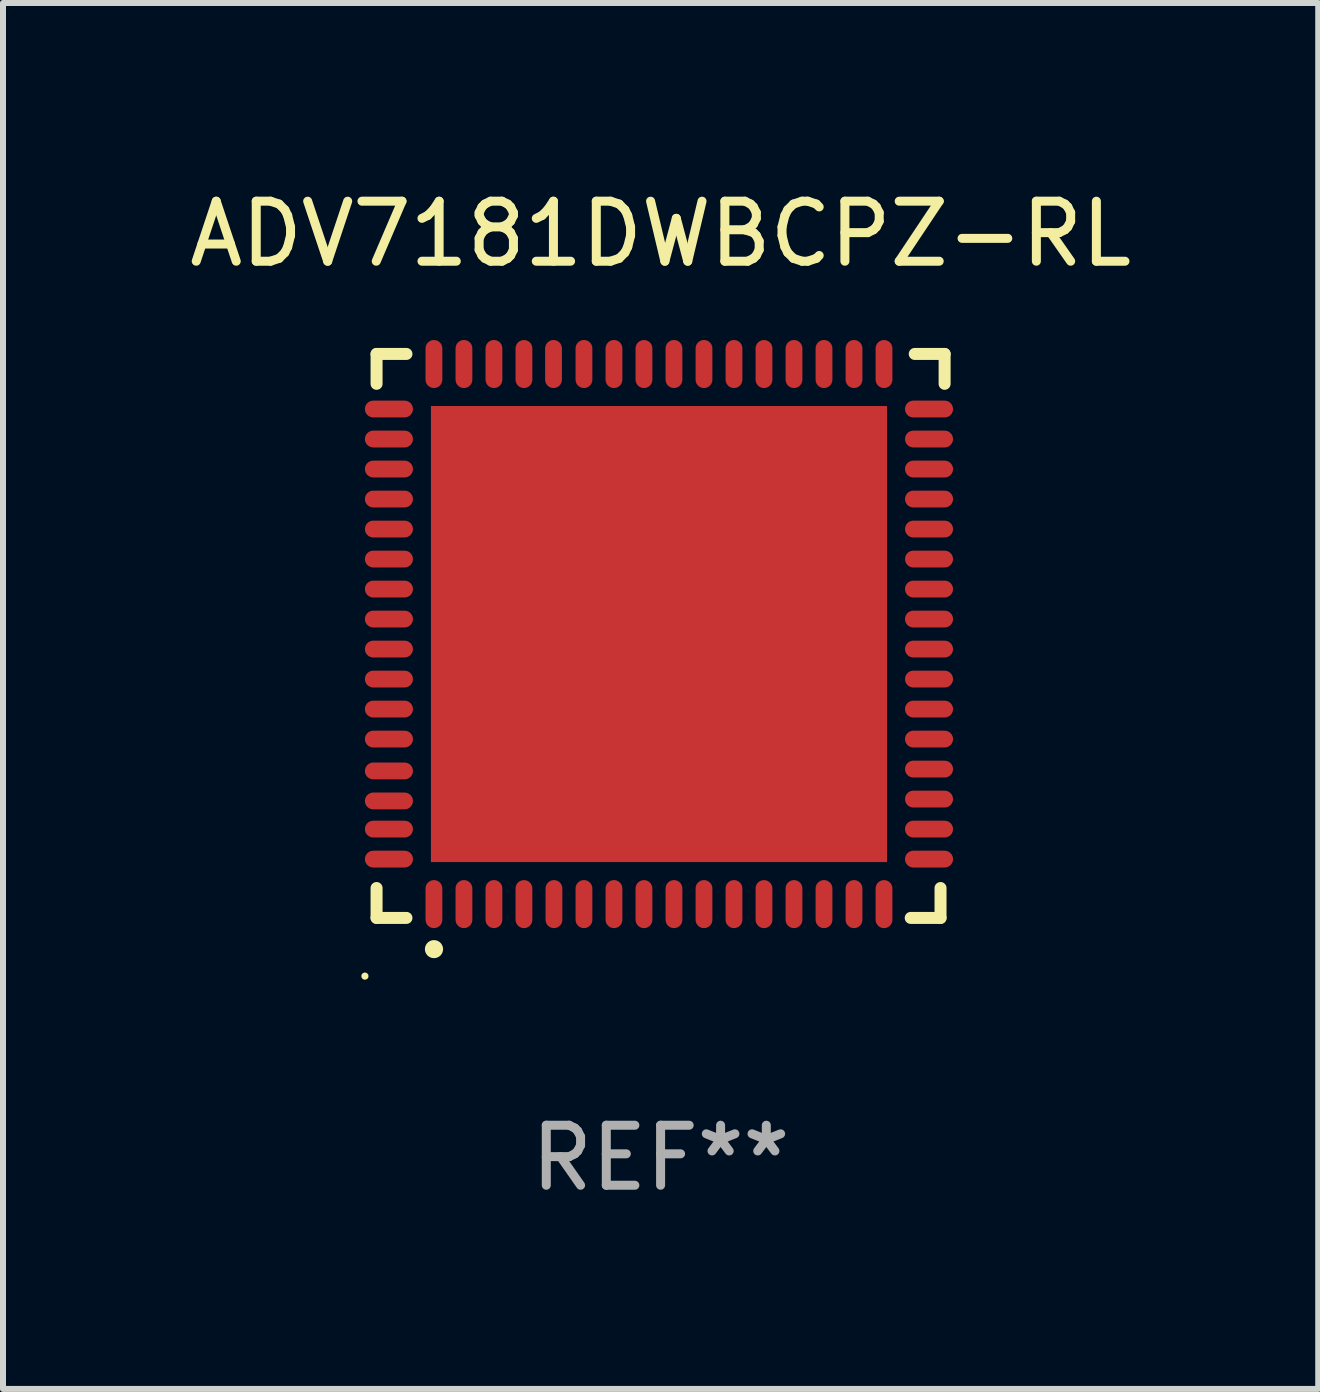
<source format=kicad_pcb>
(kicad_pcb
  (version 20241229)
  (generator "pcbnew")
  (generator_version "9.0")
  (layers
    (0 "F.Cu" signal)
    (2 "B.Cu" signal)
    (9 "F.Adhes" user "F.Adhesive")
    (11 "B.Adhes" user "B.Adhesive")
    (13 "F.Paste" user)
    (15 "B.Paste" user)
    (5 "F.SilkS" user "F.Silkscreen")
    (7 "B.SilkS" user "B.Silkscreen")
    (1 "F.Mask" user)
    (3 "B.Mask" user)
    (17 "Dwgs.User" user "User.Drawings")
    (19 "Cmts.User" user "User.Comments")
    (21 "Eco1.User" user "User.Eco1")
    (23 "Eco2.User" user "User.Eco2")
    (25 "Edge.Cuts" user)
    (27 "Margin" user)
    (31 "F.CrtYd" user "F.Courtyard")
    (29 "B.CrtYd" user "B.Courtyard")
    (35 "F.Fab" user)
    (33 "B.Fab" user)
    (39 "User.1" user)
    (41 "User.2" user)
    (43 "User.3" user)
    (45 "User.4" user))
  (footprint "ADV7181DWBCPZ-RL"
    (layer "F.Cu")
    (at 7.958 7.547)
    (property "Reference" "ADV7181DWBCPZ-RL" (at 0 -6.699 0) (layer "F.SilkS") (effects (font (size 1 1) (thickness 0.15))))
    (attr through_hole)
    (fp_line (start -4.733 -4.699) (end -4.235 -4.699) (stroke (width 0.2) (type solid)) (layer "F.SilkS"))
    (fp_line (start -4.733 -4.201) (end -4.733 -4.699) (stroke (width 0.2) (type solid)) (layer "F.SilkS"))
    (fp_line (start -4.733 4.699) (end -4.733 4.201) (stroke (width 0.2) (type solid)) (layer "F.SilkS"))
    (fp_line (start -4.235 4.699) (end -4.733 4.699) (stroke (width 0.2) (type solid)) (layer "F.SilkS"))
    (fp_line (start 4.168 4.699) (end 4.665 4.699) (stroke (width 0.2) (type solid)) (layer "F.SilkS"))
    (fp_line (start 4.665 4.699) (end 4.665 4.201) (stroke (width 0.2) (type solid)) (layer "F.SilkS"))
    (fp_line (start 4.733 -4.699) (end 4.235 -4.699) (stroke (width 0.2) (type solid)) (layer "F.SilkS"))
    (fp_line (start 4.733 -4.201) (end 4.733 -4.699) (stroke (width 0.2) (type solid)) (layer "F.SilkS"))
    (fp_arc (start -3.777419 5.219329) (mid -3.776149 5.219324) (end -3.774879 5.219329) (stroke (width 0.3) (type solid)) (layer "F.SilkS"))
    (fp_circle (center -4.927 5.669) (end -4.897 5.669) (stroke (width 0.06) (type solid)) (fill no) (layer "F.SilkS"))
    (fp_text user "REF**" (at 0 8.699 0) (layer "F.Fab") (effects (font (size 1 1) (thickness 0.15))))
    (pad "1" smd oval (at -3.777 4.469 180) (size 0.28 0.8) (layers "F.Cu" "F.Mask" "F.Paste"))
    (pad "2" smd oval (at -3.277 4.469 180) (size 0.28 0.8) (layers "F.Cu" "F.Mask" "F.Paste"))
    (pad "3" smd oval (at -2.777 4.469 180) (size 0.28 0.8) (layers "F.Cu" "F.Mask" "F.Paste"))
    (pad "4" smd oval (at -2.277 4.469 180) (size 0.28 0.8) (layers "F.Cu" "F.Mask" "F.Paste"))
    (pad "5" smd oval (at -1.777 4.469 180) (size 0.28 0.8) (layers "F.Cu" "F.Mask" "F.Paste"))
    (pad "6" smd oval (at -1.277 4.469 180) (size 0.28 0.8) (layers "F.Cu" "F.Mask" "F.Paste"))
    (pad "7" smd oval (at -0.777 4.469 180) (size 0.28 0.8) (layers "F.Cu" "F.Mask" "F.Paste"))
    (pad "8" smd oval (at -0.277 4.469 180) (size 0.28 0.8) (layers "F.Cu" "F.Mask" "F.Paste"))
    (pad "9" smd oval (at 0.223 4.469 180) (size 0.28 0.8) (layers "F.Cu" "F.Mask" "F.Paste"))
    (pad "10" smd oval (at 0.723 4.469 180) (size 0.28 0.8) (layers "F.Cu" "F.Mask" "F.Paste"))
    (pad "11" smd oval (at 1.223 4.469 180) (size 0.28 0.8) (layers "F.Cu" "F.Mask" "F.Paste"))
    (pad "12" smd oval (at 1.723 4.469 180) (size 0.28 0.8) (layers "F.Cu" "F.Mask" "F.Paste"))
    (pad "13" smd oval (at 2.223 4.469 180) (size 0.28 0.8) (layers "F.Cu" "F.Mask" "F.Paste"))
    (pad "14" smd oval (at 2.723 4.469 180) (size 0.28 0.8) (layers "F.Cu" "F.Mask" "F.Paste"))
    (pad "15" smd oval (at 3.223 4.469 180) (size 0.28 0.8) (layers "F.Cu" "F.Mask" "F.Paste"))
    (pad "16" smd oval (at 3.723 4.469 180) (size 0.28 0.8) (layers "F.Cu" "F.Mask" "F.Paste"))
    (pad "17" smd oval (at 4.473 3.719 270) (size 0.28 0.8) (layers "F.Cu" "F.Mask" "F.Paste"))
    (pad "18" smd oval (at 4.473 3.219 270) (size 0.28 0.8) (layers "F.Cu" "F.Mask" "F.Paste"))
    (pad "19" smd oval (at 4.473 2.719 270) (size 0.28 0.8) (layers "F.Cu" "F.Mask" "F.Paste"))
    (pad "20" smd oval (at 4.473 2.219 270) (size 0.28 0.8) (layers "F.Cu" "F.Mask" "F.Paste"))
    (pad "21" smd oval (at 4.473 1.719 270) (size 0.28 0.8) (layers "F.Cu" "F.Mask" "F.Paste"))
    (pad "22" smd oval (at 4.473 1.219 270) (size 0.28 0.8) (layers "F.Cu" "F.Mask" "F.Paste"))
    (pad "23" smd oval (at 4.473 0.719 270) (size 0.28 0.8) (layers "F.Cu" "F.Mask" "F.Paste"))
    (pad "24" smd oval (at 4.473 0.219 270) (size 0.28 0.8) (layers "F.Cu" "F.Mask" "F.Paste"))
    (pad "25" smd oval (at 4.473 -0.281 270) (size 0.28 0.8) (layers "F.Cu" "F.Mask" "F.Paste"))
    (pad "26" smd oval (at 4.473 -0.781 270) (size 0.28 0.8) (layers "F.Cu" "F.Mask" "F.Paste"))
    (pad "27" smd oval (at 4.473 -1.281 270) (size 0.28 0.8) (layers "F.Cu" "F.Mask" "F.Paste"))
    (pad "28" smd oval (at 4.473 -1.781 270) (size 0.28 0.8) (layers "F.Cu" "F.Mask" "F.Paste"))
    (pad "29" smd oval (at 4.473 -2.281 270) (size 0.28 0.8) (layers "F.Cu" "F.Mask" "F.Paste"))
    (pad "30" smd oval (at 4.473 -2.781 270) (size 0.28 0.8) (layers "F.Cu" "F.Mask" "F.Paste"))
    (pad "31" smd oval (at 4.473 -3.281 270) (size 0.28 0.8) (layers "F.Cu" "F.Mask" "F.Paste"))
    (pad "32" smd oval (at 4.473 -3.781 270) (size 0.28 0.8) (layers "F.Cu" "F.Mask" "F.Paste"))
    (pad "33" smd oval (at 3.723 -4.531) (size 0.28 0.8) (layers "F.Cu" "F.Mask" "F.Paste"))
    (pad "34" smd oval (at 3.223 -4.531) (size 0.28 0.8) (layers "F.Cu" "F.Mask" "F.Paste"))
    (pad "35" smd oval (at 2.723 -4.531) (size 0.28 0.8) (layers "F.Cu" "F.Mask" "F.Paste"))
    (pad "36" smd oval (at 2.223 -4.531) (size 0.28 0.8) (layers "F.Cu" "F.Mask" "F.Paste"))
    (pad "37" smd oval (at 1.723 -4.531) (size 0.28 0.8) (layers "F.Cu" "F.Mask" "F.Paste"))
    (pad "38" smd oval (at 1.223 -4.531) (size 0.28 0.8) (layers "F.Cu" "F.Mask" "F.Paste"))
    (pad "39" smd oval (at 0.723 -4.531) (size 0.28 0.8) (layers "F.Cu" "F.Mask" "F.Paste"))
    (pad "40" smd oval (at 0.223 -4.531) (size 0.28 0.8) (layers "F.Cu" "F.Mask" "F.Paste"))
    (pad "41" smd oval (at -0.277 -4.531) (size 0.28 0.8) (layers "F.Cu" "F.Mask" "F.Paste"))
    (pad "42" smd oval (at -0.777 -4.531) (size 0.28 0.8) (layers "F.Cu" "F.Mask" "F.Paste"))
    (pad "43" smd oval (at -1.277 -4.531) (size 0.28 0.8) (layers "F.Cu" "F.Mask" "F.Paste"))
    (pad "44" smd oval (at -1.784 -4.531) (size 0.28 0.8) (layers "F.Cu" "F.Mask" "F.Paste"))
    (pad "45" smd oval (at -2.277 -4.531) (size 0.28 0.8) (layers "F.Cu" "F.Mask" "F.Paste"))
    (pad "46" smd oval (at -2.777 -4.531) (size 0.28 0.8) (layers "F.Cu" "F.Mask" "F.Paste"))
    (pad "47" smd oval (at -3.277 -4.531) (size 0.28 0.8) (layers "F.Cu" "F.Mask" "F.Paste"))
    (pad "48" smd oval (at -3.777 -4.531) (size 0.28 0.8) (layers "F.Cu" "F.Mask" "F.Paste"))
    (pad "49" smd oval (at -4.527 -3.781 90) (size 0.28 0.8) (layers "F.Cu" "F.Mask" "F.Paste"))
    (pad "50" smd oval (at -4.527 -3.281 90) (size 0.28 0.8) (layers "F.Cu" "F.Mask" "F.Paste"))
    (pad "51" smd oval (at -4.527 -2.781 90) (size 0.28 0.8) (layers "F.Cu" "F.Mask" "F.Paste"))
    (pad "52" smd oval (at -4.527 -2.281 90) (size 0.28 0.8) (layers "F.Cu" "F.Mask" "F.Paste"))
    (pad "53" smd oval (at -4.527 -1.781 90) (size 0.28 0.8) (layers "F.Cu" "F.Mask" "F.Paste"))
    (pad "54" smd oval (at -4.527 -1.281 90) (size 0.28 0.8) (layers "F.Cu" "F.Mask" "F.Paste"))
    (pad "55" smd oval (at -4.527 -0.781 90) (size 0.28 0.8) (layers "F.Cu" "F.Mask" "F.Paste"))
    (pad "56" smd oval (at -4.527 -0.281 90) (size 0.28 0.8) (layers "F.Cu" "F.Mask" "F.Paste"))
    (pad "57" smd oval (at -4.527 0.219 90) (size 0.28 0.8) (layers "F.Cu" "F.Mask" "F.Paste"))
    (pad "58" smd oval (at -4.527 0.719 90) (size 0.28 0.8) (layers "F.Cu" "F.Mask" "F.Paste"))
    (pad "59" smd oval (at -4.527 1.219 90) (size 0.28 0.8) (layers "F.Cu" "F.Mask" "F.Paste"))
    (pad "60" smd oval (at -4.527 1.719 90) (size 0.28 0.8) (layers "F.Cu" "F.Mask" "F.Paste"))
    (pad "61" smd oval (at -4.527 2.25 90) (size 0.28 0.8) (layers "F.Cu" "F.Mask" "F.Paste"))
    (pad "62" smd oval (at -4.527 2.75 90) (size 0.28 0.8) (layers "F.Cu" "F.Mask" "F.Paste"))
    (pad "63" smd oval (at -4.527 3.219 90) (size 0.28 0.8) (layers "F.Cu" "F.Mask" "F.Paste"))
    (pad "64" smd oval (at -4.527 3.719 90) (size 0.28 0.8) (layers "F.Cu" "F.Mask" "F.Paste"))
    (pad "65" smd rect (at -0.027 -0.031 90) (size 7.6 7.6) (layers "F.Cu" "F.Mask" "F.Paste")))
  (gr_rect
    (start -3 -3)
    (end 18.917 20.095)
    (stroke (width 0.1) (type default))
    (fill no)
    (layer "Edge.Cuts")))
</source>
